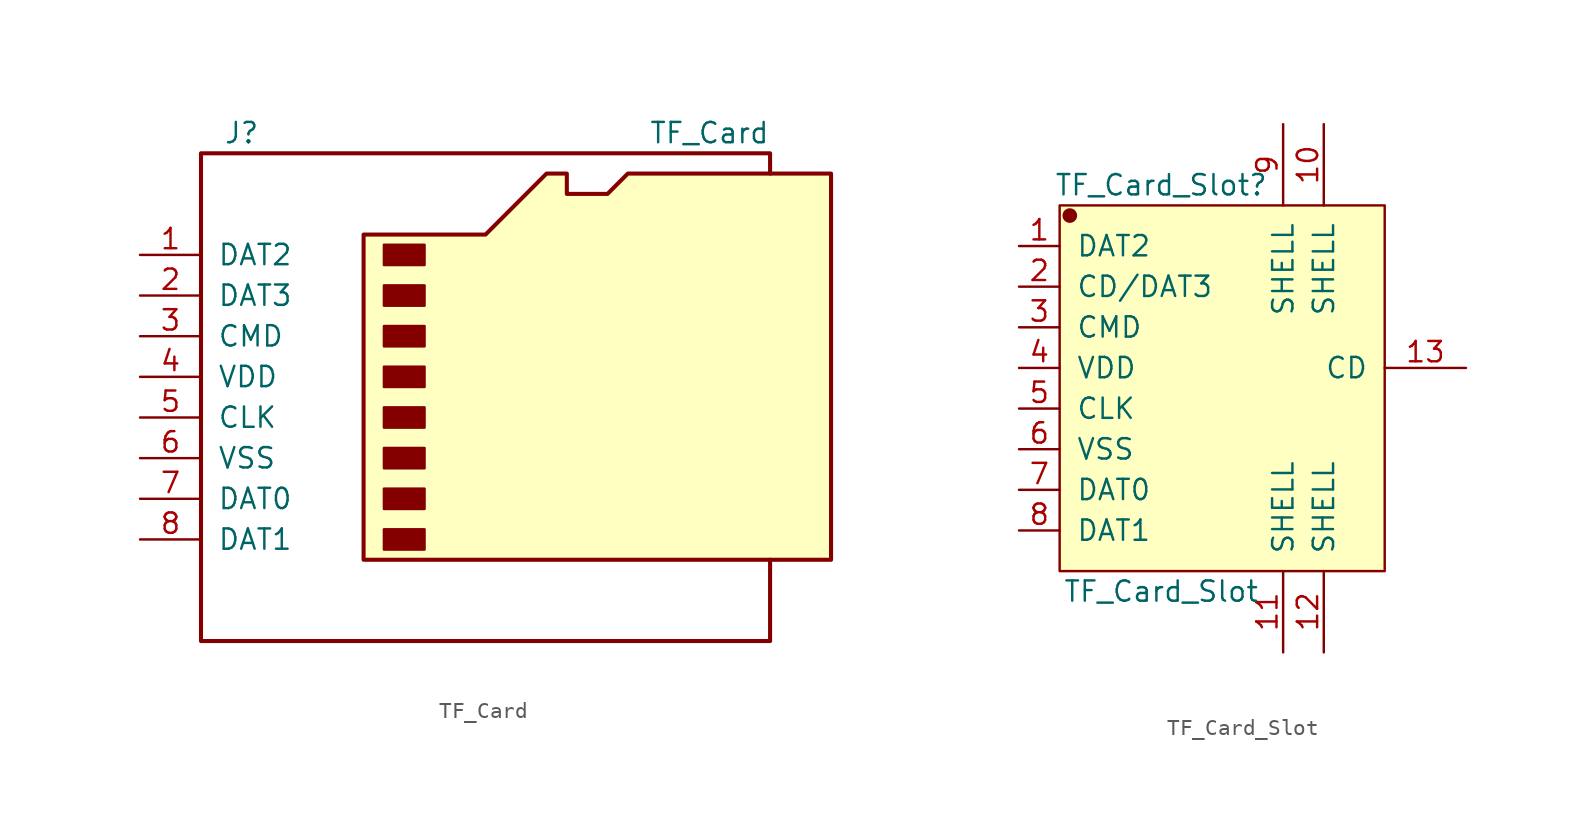
<source format=kicad_sym>
(kicad_symbol_lib
  (version 20220914)
  (generator kicad_symbol_editor)
  (symbol "TF_Card"
    (pin_names
      (offset 1.016))
    (property "Reference" "J"
      (at -16.51 15.24 0)
      (effects (font (size 1.27 1.27))))
    (property "Value" "TF_Card"
      (at 16.51 15.24 0)
      (effects (font (size 1.27 1.27)) (justify right)))
    (symbol "TF_Card_0_1"
      (rectangle (start -7.62 -9.525) (end -5.08 -10.795) (stroke (width 0) (type default)) (fill (type outline)))
      (rectangle (start -7.62 -6.985) (end -5.08 -8.255) (stroke (width 0) (type default)) (fill (type outline)))
      (rectangle (start -7.62 -4.445) (end -5.08 -5.715) (stroke (width 0) (type default)) (fill (type outline)))
      (rectangle (start -7.62 -1.905) (end -5.08 -3.175) (stroke (width 0) (type default)) (fill (type outline)))
      (rectangle (start -7.62 0.635) (end -5.08 -0.635) (stroke (width 0) (type default)) (fill (type outline)))
      (rectangle (start -7.62 3.175) (end -5.08 1.905) (stroke (width 0) (type default)) (fill (type outline)))
      (rectangle (start -7.62 5.715) (end -5.08 4.445) (stroke (width 0) (type default)) (fill (type outline)))
      (rectangle (start -7.62 8.255) (end -5.08 6.985) (stroke (width 0) (type default)) (fill (type outline)))
      (polyline (pts (xy 16.51 12.7) (xy 16.51 13.97) (xy -19.05 13.97) (xy -19.05 -16.51) (xy 16.51 -16.51) (xy 16.51 -11.43)) (stroke (width 0.254) (type default)) (fill (type none)))
      (polyline (pts (xy -8.89 -11.43) (xy -8.89 8.89) (xy -1.27 8.89) (xy 2.54 12.7) (xy 3.81 12.7) (xy 3.81 11.43) (xy 6.35 11.43) (xy 7.62 12.7) (xy 20.32 12.7) (xy 20.32 -11.43) (xy -8.89 -11.43)) (stroke (width 0.254) (type default)) (fill (type background))))
    (symbol "TF_Card_1_1"
      (pin bidirectional line (at -22.86 7.62 0) (length 3.81) (name "DAT2" (effects (font (size 1.27 1.27)))) (number "1" (effects (font (size 1.27 1.27)))))
      (pin bidirectional line (at -22.86 5.08 0) (length 3.81) (name "DAT3" (effects (font (size 1.27 1.27)))) (number "2" (effects (font (size 1.27 1.27)))))
      (pin input line (at -22.86 2.54 0) (length 3.81) (name "CMD" (effects (font (size 1.27 1.27)))) (number "3" (effects (font (size 1.27 1.27)))))
      (pin power_in line (at -22.86 0 0) (length 3.81) (name "VDD" (effects (font (size 1.27 1.27)))) (number "4" (effects (font (size 1.27 1.27)))))
      (pin input line (at -22.86 -2.54 0) (length 3.81) (name "CLK" (effects (font (size 1.27 1.27)))) (number "5" (effects (font (size 1.27 1.27)))))
      (pin power_in line (at -22.86 -5.08 0) (length 3.81) (name "VSS" (effects (font (size 1.27 1.27)))) (number "6" (effects (font (size 1.27 1.27)))))
      (pin bidirectional line (at -22.86 -7.62 0) (length 3.81) (name "DAT0" (effects (font (size 1.27 1.27)))) (number "7" (effects (font (size 1.27 1.27)))))
      (pin bidirectional line (at -22.86 -10.16 0) (length 3.81) (name "DAT1" (effects (font (size 1.27 1.27)))) (number "8" (effects (font (size 1.27 1.27)))))))
  (symbol "TF_Card_Slot"
    (pin_names
      (offset 1.016))
    (property "Reference" "TF_Card_Slot"
      (at -1.27 11.43 0)
      (effects (font (size 1.27 1.27))))
    (property "Value" "TF_Card_Slot"
      (at -1.27 -13.97 0)
      (effects (font (size 1.27 1.27))))
    (symbol "TF_Card_Slot_1_1"
      (rectangle (start -7.62 10.16) (end 12.7 -12.7) (stroke (width 0.152) (type solid)) (fill (type background)))
      (circle (center -6.985 9.525) (radius 0.381) (stroke (width 0.152) (type solid)) (fill (type outline)))
      (pin input line (at -10.16 7.62 0) (length 2.54) (name "DAT2" (effects (font (size 1.27 1.27)))) (number "1" (effects (font (size 1.27 1.27)))))
      (pin input line (at 8.89 15.24 270) (length 5.08) (name "SHELL" (effects (font (size 1.27 1.27)))) (number "10" (effects (font (size 1.27 1.27)))))
      (pin input line (at 6.35 -17.78 90) (length 5.08) (name "SHELL" (effects (font (size 1.27 1.27)))) (number "11" (effects (font (size 1.27 1.27)))))
      (pin input line (at 8.89 -17.78 90) (length 5.08) (name "SHELL" (effects (font (size 1.27 1.27)))) (number "12" (effects (font (size 1.27 1.27)))))
      (pin input line (at 17.78 0 180) (length 5.08) (name "CD" (effects (font (size 1.27 1.27)))) (number "13" (effects (font (size 1.27 1.27)))))
      (pin input line (at -10.16 5.08 0) (length 2.54) (name "CD/DAT3" (effects (font (size 1.27 1.27)))) (number "2" (effects (font (size 1.27 1.27)))))
      (pin input line (at -10.16 2.54 0) (length 2.54) (name "CMD" (effects (font (size 1.27 1.27)))) (number "3" (effects (font (size 1.27 1.27)))))
      (pin input line (at -10.16 0 0) (length 2.54) (name "VDD" (effects (font (size 1.27 1.27)))) (number "4" (effects (font (size 1.27 1.27)))))
      (pin input line (at -10.16 -2.54 0) (length 2.54) (name "CLK" (effects (font (size 1.27 1.27)))) (number "5" (effects (font (size 1.27 1.27)))))
      (pin input line (at -10.16 -5.08 0) (length 2.54) (name "VSS" (effects (font (size 1.27 1.27)))) (number "6" (effects (font (size 1.27 1.27)))))
      (pin input line (at -10.16 -7.62 0) (length 2.54) (name "DAT0" (effects (font (size 1.27 1.27)))) (number "7" (effects (font (size 1.27 1.27)))))
      (pin input line (at -10.16 -10.16 0) (length 2.54) (name "DAT1" (effects (font (size 1.27 1.27)))) (number "8" (effects (font (size 1.27 1.27)))))
      (pin input line (at 6.35 15.24 270) (length 5.08) (name "SHELL" (effects (font (size 1.27 1.27)))) (number "9" (effects (font (size 1.27 1.27))))))))
</source>
